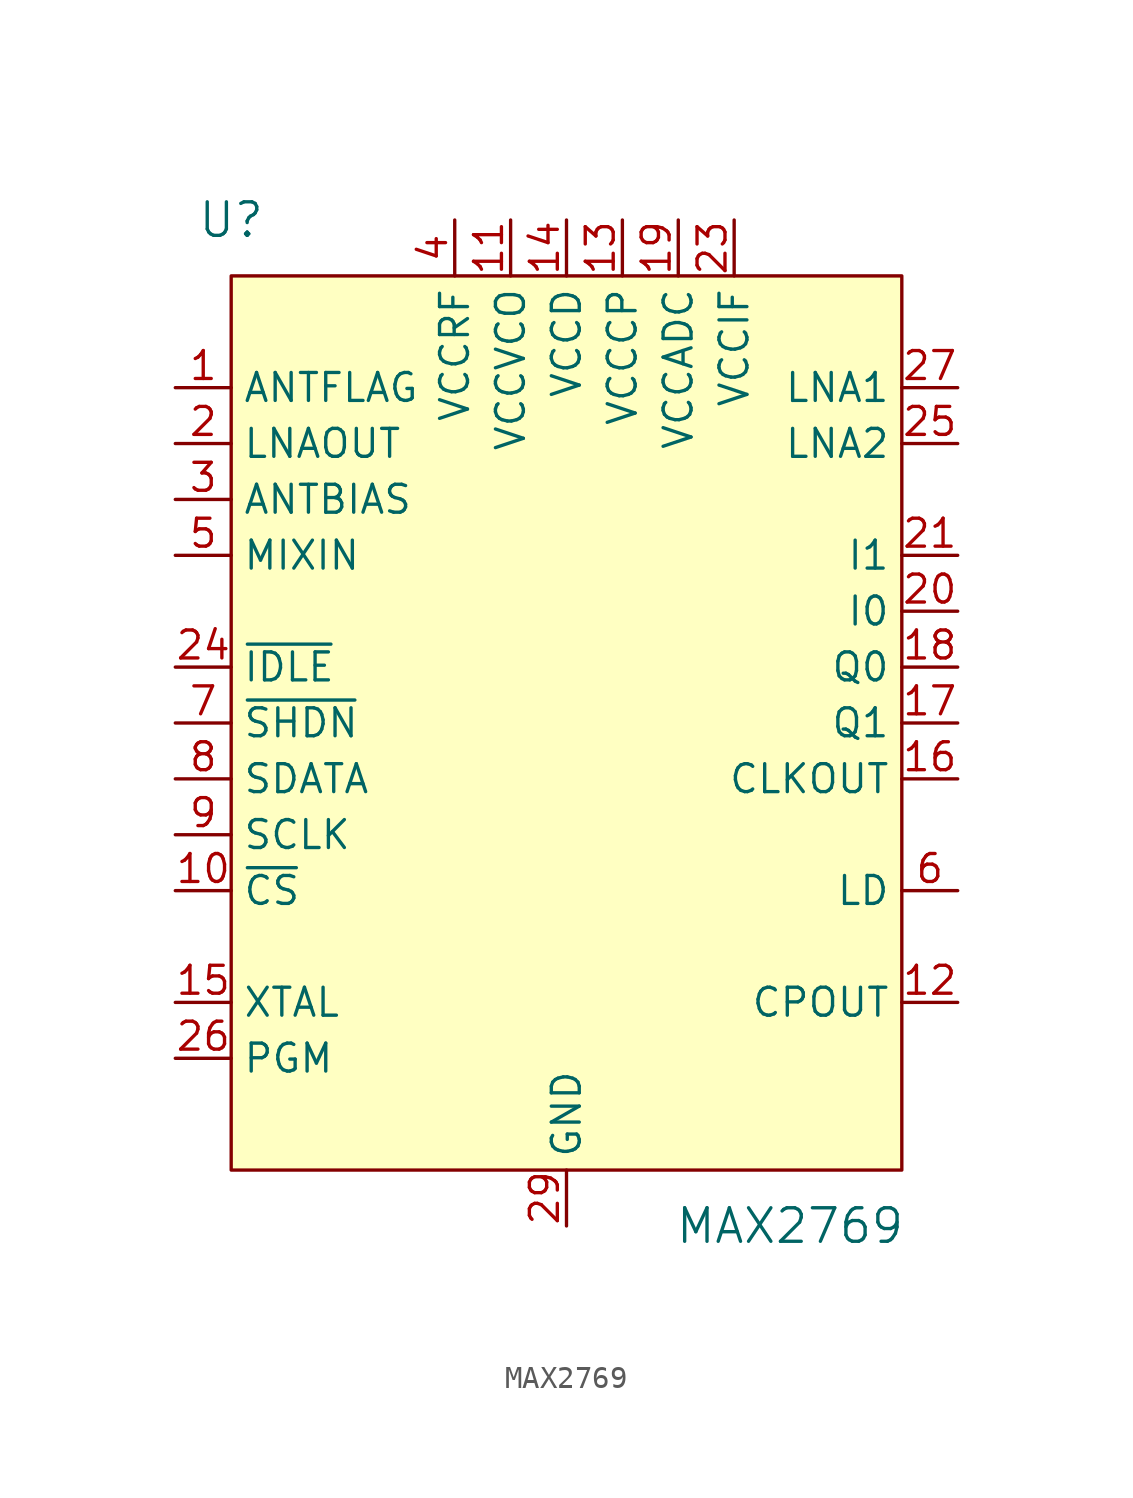
<source format=kicad_sym>
(kicad_symbol_lib
  (version 20231120)
  (generator "kicad_symbol_editor")
  (generator_version "8.0")
  (symbol "MAX2769"
    (property "Reference" "U"
      (at -15.24 22.86 0)
      (effects (font (size 1.524 1.524))))
    (property "Value" "MAX2769"
      (at 10.16 -22.86 0)
      (effects (font (size 1.524 1.524))))
    (symbol "MAX2769_1_1"
      (rectangle (start -15.24 20.32) (end 15.24 -20.32) (stroke (width 0) (type default)) (fill (type background)))
      (pin output line (at -17.78 15.24 0) (length 2.54) (name "ANTFLAG" (effects (font (size 1.27 1.27)))) (number "1" (effects (font (size 1.27 1.27)))))
      (pin input line (at -17.78 -7.62 0) (length 2.54) (name "~{CS}" (effects (font (size 1.27 1.27)))) (number "10" (effects (font (size 1.27 1.27)))))
      (pin power_in line (at -2.54 22.86 270) (length 2.54) (name "VCCVCO" (effects (font (size 1.27 1.27)))) (number "11" (effects (font (size 1.27 1.27)))))
      (pin output line (at 17.78 -12.7 180) (length 2.54) (name "CPOUT" (effects (font (size 1.27 1.27)))) (number "12" (effects (font (size 1.27 1.27)))))
      (pin power_in line (at 2.54 22.86 270) (length 2.54) (name "VCCCP" (effects (font (size 1.27 1.27)))) (number "13" (effects (font (size 1.27 1.27)))))
      (pin power_in line (at 0 22.86 270) (length 2.54) (name "VCCD" (effects (font (size 1.27 1.27)))) (number "14" (effects (font (size 1.27 1.27)))))
      (pin input line (at -17.78 -12.7 0) (length 2.54) (name "XTAL" (effects (font (size 1.27 1.27)))) (number "15" (effects (font (size 1.27 1.27)))))
      (pin output line (at 17.78 -2.54 180) (length 2.54) (name "CLKOUT" (effects (font (size 1.27 1.27)))) (number "16" (effects (font (size 1.27 1.27)))))
      (pin output line (at 17.78 0 180) (length 2.54) (name "Q1" (effects (font (size 1.27 1.27)))) (number "17" (effects (font (size 1.27 1.27)))))
      (pin output line (at 17.78 2.54 180) (length 2.54) (name "Q0" (effects (font (size 1.27 1.27)))) (number "18" (effects (font (size 1.27 1.27)))))
      (pin power_in line (at 5.08 22.86 270) (length 2.54) (name "VCCADC" (effects (font (size 1.27 1.27)))) (number "19" (effects (font (size 1.27 1.27)))))
      (pin output line (at -17.78 12.7 0) (length 2.54) (name "LNAOUT" (effects (font (size 1.27 1.27)))) (number "2" (effects (font (size 1.27 1.27)))))
      (pin output line (at 17.78 5.08 180) (length 2.54) (name "I0" (effects (font (size 1.27 1.27)))) (number "20" (effects (font (size 1.27 1.27)))))
      (pin output line (at 17.78 7.62 180) (length 2.54) (name "I1" (effects (font (size 1.27 1.27)))) (number "21" (effects (font (size 1.27 1.27)))))
      (pin no_connect line (at 15.24 -17.78 180) (length 2.54) hide (name "NC" (effects (font (size 1.27 1.27)))) (number "22" (effects (font (size 1.27 1.27)))))
      (pin power_in line (at 7.62 22.86 270) (length 2.54) (name "VCCIF" (effects (font (size 1.27 1.27)))) (number "23" (effects (font (size 1.27 1.27)))))
      (pin input line (at -17.78 2.54 0) (length 2.54) (name "~{IDLE}" (effects (font (size 1.27 1.27)))) (number "24" (effects (font (size 1.27 1.27)))))
      (pin input line (at 17.78 12.7 180) (length 2.54) (name "LNA2" (effects (font (size 1.27 1.27)))) (number "25" (effects (font (size 1.27 1.27)))))
      (pin input line (at -17.78 -15.24 0) (length 2.54) (name "PGM" (effects (font (size 1.27 1.27)))) (number "26" (effects (font (size 1.27 1.27)))))
      (pin input line (at 17.78 15.24 180) (length 2.54) (name "LNA1" (effects (font (size 1.27 1.27)))) (number "27" (effects (font (size 1.27 1.27)))))
      (pin no_connect line (at 15.24 -17.78 180) (length 2.54) hide (name "NC" (effects (font (size 1.27 1.27)))) (number "28" (effects (font (size 1.27 1.27)))))
      (pin power_in line (at 0 -22.86 90) (length 2.54) (name "GND" (effects (font (size 1.27 1.27)))) (number "29" (effects (font (size 1.27 1.27)))))
      (pin output line (at -17.78 10.16 0) (length 2.54) (name "ANTBIAS" (effects (font (size 1.27 1.27)))) (number "3" (effects (font (size 1.27 1.27)))))
      (pin power_in line (at -5.08 22.86 270) (length 2.54) (name "VCCRF" (effects (font (size 1.27 1.27)))) (number "4" (effects (font (size 1.27 1.27)))))
      (pin input line (at -17.78 7.62 0) (length 2.54) (name "MIXIN" (effects (font (size 1.27 1.27)))) (number "5" (effects (font (size 1.27 1.27)))))
      (pin output line (at 17.78 -7.62 180) (length 2.54) (name "LD" (effects (font (size 1.27 1.27)))) (number "6" (effects (font (size 1.27 1.27)))))
      (pin input line (at -17.78 0 0) (length 2.54) (name "~{SHDN}" (effects (font (size 1.27 1.27)))) (number "7" (effects (font (size 1.27 1.27)))))
      (pin input line (at -17.78 -2.54 0) (length 2.54) (name "SDATA" (effects (font (size 1.27 1.27)))) (number "8" (effects (font (size 1.27 1.27)))))
      (pin input line (at -17.78 -5.08 0) (length 2.54) (name "SCLK" (effects (font (size 1.27 1.27)))) (number "9" (effects (font (size 1.27 1.27))))))))
</source>
